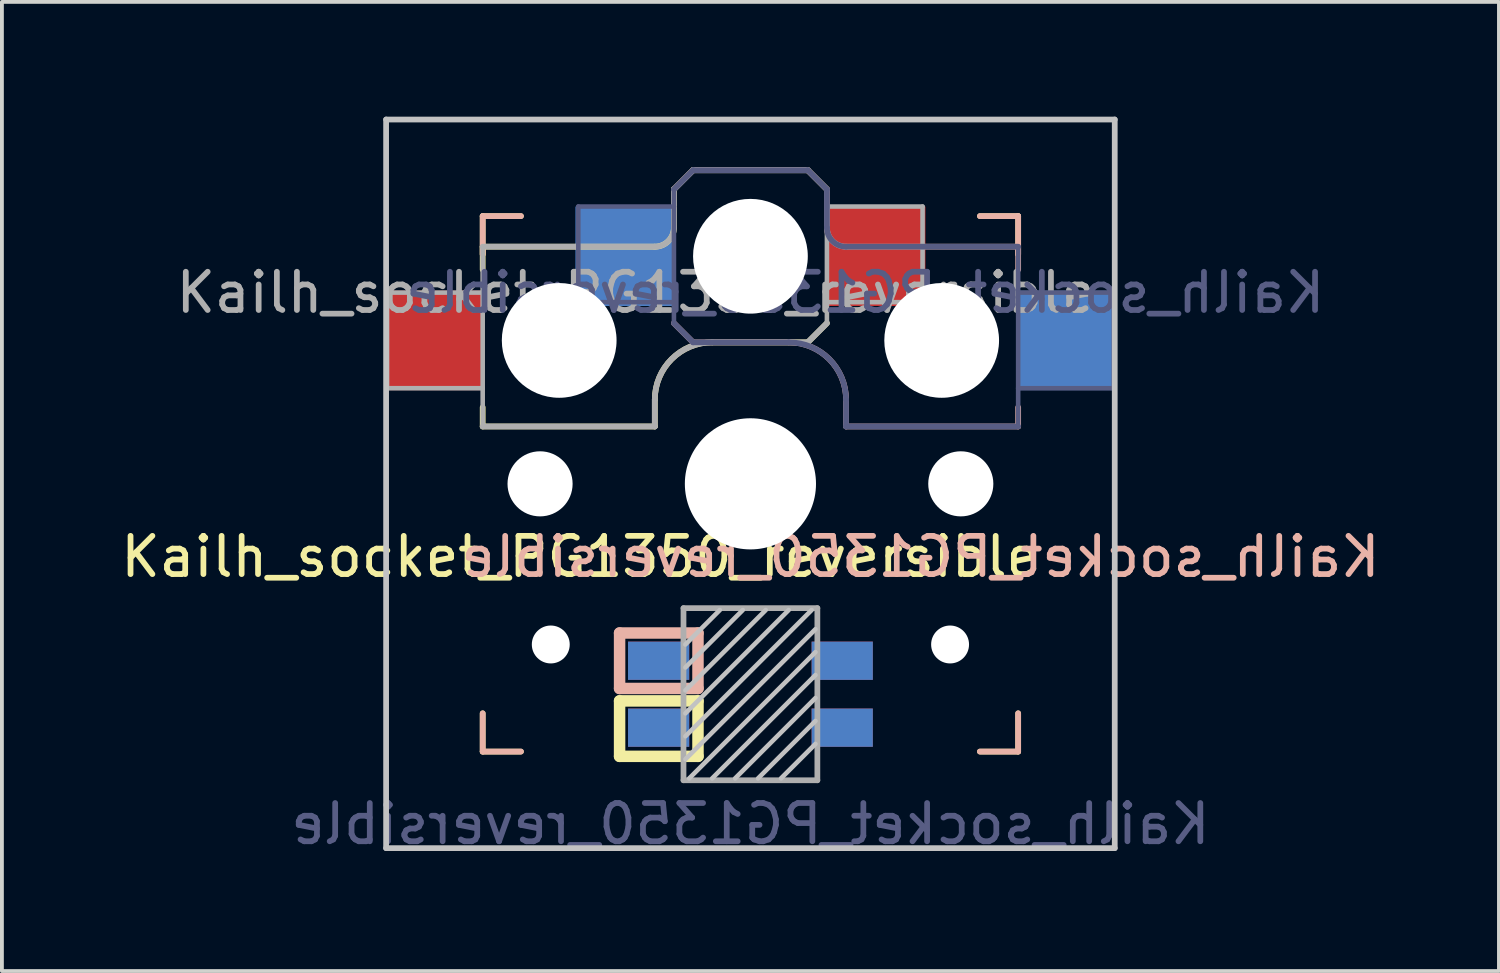
<source format=kicad_pcb>
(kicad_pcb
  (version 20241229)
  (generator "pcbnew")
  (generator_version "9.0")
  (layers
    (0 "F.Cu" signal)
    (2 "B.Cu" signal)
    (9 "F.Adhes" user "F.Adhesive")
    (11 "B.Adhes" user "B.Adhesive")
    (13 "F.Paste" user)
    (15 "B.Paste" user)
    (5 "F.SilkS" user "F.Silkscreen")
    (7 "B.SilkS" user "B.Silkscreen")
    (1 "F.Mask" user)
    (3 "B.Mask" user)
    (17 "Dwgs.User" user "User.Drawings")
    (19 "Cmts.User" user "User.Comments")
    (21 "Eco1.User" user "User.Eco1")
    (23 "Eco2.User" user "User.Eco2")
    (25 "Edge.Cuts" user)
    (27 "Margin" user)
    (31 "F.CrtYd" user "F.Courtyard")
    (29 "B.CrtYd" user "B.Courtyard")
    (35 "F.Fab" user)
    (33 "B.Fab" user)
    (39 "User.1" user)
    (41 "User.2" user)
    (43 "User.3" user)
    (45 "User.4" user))
  (footprint "Kailh_socket_PG1350_reversible"
    (layer "F.Cu")
    (at 16.57 9.6)
    (property "Reference" "Kailh_socket_PG1350_reversible" (at 4.445 1.905 0) (layer "B.SilkS") (effects (font (size 1 1) (thickness 0.15)) (justify mirror)))
    (property "Value" "Kailh_socket_PG1350_reversible" (at 0 8.89 0) (layer "F.Fab") (hide yes) (effects (font (size 1 1) (thickness 0.15))))
    (attr smd)
    (fp_line (start -7 -7) (end -7 -6) (stroke (width 0.15) (type solid)) (layer "F.SilkS"))
    (fp_line (start -7 -6.2) (end -2.5 -6.2) (stroke (width 0.15) (type solid)) (layer "F.SilkS"))
    (fp_line (start -7 -5.6) (end -7 -6.2) (stroke (width 0.15) (type solid)) (layer "F.SilkS"))
    (fp_line (start -7 -1.5) (end -7 -2) (stroke (width 0.15) (type solid)) (layer "F.SilkS"))
    (fp_line (start -7 6) (end -7 7) (stroke (width 0.15) (type solid)) (layer "F.SilkS"))
    (fp_line (start -7 7) (end -6 7) (stroke (width 0.15) (type solid)) (layer "F.SilkS"))
    (fp_line (start -6 -7) (end -7 -7) (stroke (width 0.15) (type solid)) (layer "F.SilkS"))
    (fp_line (start -3.421 5.675) (end -1.371 5.675) (stroke (width 0.3) (type solid)) (layer "F.SilkS"))
    (fp_line (start -3.421 7.125) (end -3.421 5.675) (stroke (width 0.3) (type solid)) (layer "F.SilkS"))
    (fp_line (start -2.5 -2.2) (end -2.5 -1.5) (stroke (width 0.15) (type solid)) (layer "F.SilkS"))
    (fp_line (start -2.5 -1.5) (end -7 -1.5) (stroke (width 0.15) (type solid)) (layer "F.SilkS"))
    (fp_line (start -2 -6.7) (end -2 -7.7) (stroke (width 0.15) (type solid)) (layer "F.SilkS"))
    (fp_line (start -1.5 -8.2) (end -2 -7.7) (stroke (width 0.15) (type solid)) (layer "F.SilkS"))
    (fp_line (start -1.371 5.675) (end -1.371 7.125) (stroke (width 0.3) (type solid)) (layer "F.SilkS"))
    (fp_line (start -1.371 7.125) (end -3.421 7.125) (stroke (width 0.3) (type solid)) (layer "F.SilkS"))
    (fp_line (start 1.5 -8.2) (end -1.5 -8.2) (stroke (width 0.15) (type solid)) (layer "F.SilkS"))
    (fp_line (start 1.5 -3.7) (end -1 -3.7) (stroke (width 0.15) (type solid)) (layer "F.SilkS"))
    (fp_line (start 2 -7.7) (end 1.5 -8.2) (stroke (width 0.15) (type solid)) (layer "F.SilkS"))
    (fp_line (start 2 -4.2) (end 1.5 -3.7) (stroke (width 0.15) (type solid)) (layer "F.SilkS"))
    (fp_line (start 6 7) (end 7 7) (stroke (width 0.15) (type solid)) (layer "F.SilkS"))
    (fp_line (start 7 -7) (end 6 -7) (stroke (width 0.15) (type solid)) (layer "F.SilkS"))
    (fp_line (start 7 -6) (end 7 -7) (stroke (width 0.15) (type solid)) (layer "F.SilkS"))
    (fp_line (start 7 7) (end 7 6) (stroke (width 0.15) (type solid)) (layer "F.SilkS"))
    (fp_arc (start -2.5 -2.2) (mid -2.06066 -3.26066) (end -1 -3.7) (stroke (width 0.15) (type solid)) (layer "F.SilkS"))
    (fp_arc (start -2 -6.7) (mid -2.146447 -6.346447) (end -2.5 -6.2) (stroke (width 0.15) (type solid)) (layer "F.SilkS"))
    (fp_line (start -7 -7) (end -7 -6) (stroke (width 0.15) (type solid)) (layer "B.SilkS"))
    (fp_line (start -7 6) (end -7 7) (stroke (width 0.15) (type solid)) (layer "B.SilkS"))
    (fp_line (start -7 7) (end -6 7) (stroke (width 0.15) (type solid)) (layer "B.SilkS"))
    (fp_line (start -6 -7) (end -7 -7) (stroke (width 0.15) (type solid)) (layer "B.SilkS"))
    (fp_line (start -3.421 3.9) (end -1.371 3.9) (stroke (width 0.3) (type solid)) (layer "B.SilkS"))
    (fp_line (start -3.421 5.35) (end -3.421 3.9) (stroke (width 0.3) (type solid)) (layer "B.SilkS"))
    (fp_line (start -2 -7.7) (end -1.5 -8.2) (stroke (width 0.15) (type solid)) (layer "B.SilkS"))
    (fp_line (start -2 -4.2) (end -1.5 -3.7) (stroke (width 0.15) (type solid)) (layer "B.SilkS"))
    (fp_line (start -1.5 -8.2) (end 1.5 -8.2) (stroke (width 0.15) (type solid)) (layer "B.SilkS"))
    (fp_line (start -1.5 -3.7) (end 1 -3.7) (stroke (width 0.15) (type solid)) (layer "B.SilkS"))
    (fp_line (start -1.371 3.9) (end -1.371 5.35) (stroke (width 0.3) (type solid)) (layer "B.SilkS"))
    (fp_line (start -1.371 5.35) (end -3.421 5.35) (stroke (width 0.3) (type solid)) (layer "B.SilkS"))
    (fp_line (start 1.5 -8.2) (end 2 -7.7) (stroke (width 0.15) (type solid)) (layer "B.SilkS"))
    (fp_line (start 2 -6.7) (end 2 -7.7) (stroke (width 0.15) (type solid)) (layer "B.SilkS"))
    (fp_line (start 2.5 -2.2) (end 2.5 -1.5) (stroke (width 0.15) (type solid)) (layer "B.SilkS"))
    (fp_line (start 2.5 -1.5) (end 7 -1.5) (stroke (width 0.15) (type solid)) (layer "B.SilkS"))
    (fp_line (start 6 7) (end 7 7) (stroke (width 0.15) (type solid)) (layer "B.SilkS"))
    (fp_line (start 7 -7) (end 6 -7) (stroke (width 0.15) (type solid)) (layer "B.SilkS"))
    (fp_line (start 7 -6.2) (end 2.5 -6.2) (stroke (width 0.15) (type solid)) (layer "B.SilkS"))
    (fp_line (start 7 -6) (end 7 -7) (stroke (width 0.15) (type solid)) (layer "B.SilkS"))
    (fp_line (start 7 -5.6) (end 7 -6.2) (stroke (width 0.15) (type solid)) (layer "B.SilkS"))
    (fp_line (start 7 -1.5) (end 7 -2) (stroke (width 0.15) (type solid)) (layer "B.SilkS"))
    (fp_line (start 7 7) (end 7 6) (stroke (width 0.15) (type solid)) (layer "B.SilkS"))
    (fp_arc (start 1 -3.7) (mid 2.06066 -3.26066) (end 2.5 -2.2) (stroke (width 0.15) (type solid)) (layer "B.SilkS"))
    (fp_arc (start 2.5 -6.2) (mid 2.146447 -6.346447) (end 2 -6.7) (stroke (width 0.15) (type solid)) (layer "B.SilkS"))
    (fp_line (start -9.525 -9.525) (end 9.525 -9.525) (stroke (width 0.15) (type solid)) (layer "Dwgs.User"))
    (fp_line (start -9.525 9.525) (end -9.525 -9.525) (stroke (width 0.15) (type solid)) (layer "Dwgs.User"))
    (fp_line (start -0.8 3.3) (end -1.7 4.2) (stroke (width 0.12) (type solid)) (layer "Dwgs.User"))
    (fp_line (start -0.2 3.3) (end -1.7 4.8) (stroke (width 0.12) (type solid)) (layer "Dwgs.User"))
    (fp_line (start 0.4 3.3) (end -1.7 5.4) (stroke (width 0.12) (type solid)) (layer "Dwgs.User"))
    (fp_line (start 1 3.3) (end -1.7 6) (stroke (width 0.12) (type solid)) (layer "Dwgs.User"))
    (fp_line (start 1.6 3.3) (end -1.7 6.6) (stroke (width 0.12) (type solid)) (layer "Dwgs.User"))
    (fp_line (start 1.7 3.8) (end -1.7 7.2) (stroke (width 0.12) (type solid)) (layer "Dwgs.User"))
    (fp_line (start 1.7 4.4) (end -1.6 7.7) (stroke (width 0.12) (type solid)) (layer "Dwgs.User"))
    (fp_line (start 1.7 5) (end -1 7.7) (stroke (width 0.12) (type solid)) (layer "Dwgs.User"))
    (fp_line (start 1.7 5.6) (end -0.4 7.7) (stroke (width 0.12) (type solid)) (layer "Dwgs.User"))
    (fp_line (start 1.7 6.2) (end 0.2 7.7) (stroke (width 0.12) (type solid)) (layer "Dwgs.User"))
    (fp_line (start 1.7 6.8) (end 0.8 7.7) (stroke (width 0.12) (type solid)) (layer "Dwgs.User"))
    (fp_line (start 9.525 -9.525) (end 9.525 9.525) (stroke (width 0.15) (type solid)) (layer "Dwgs.User"))
    (fp_line (start 9.525 9.525) (end -9.525 9.525) (stroke (width 0.15) (type solid)) (layer "Dwgs.User"))
    (fp_line (start -6.9 -6.9) (end -6.9 6.9) (stroke (width 0.15) (type solid)) (layer "Eco2.User"))
    (fp_line (start -6.9 -6.9) (end 6.9 -6.9) (stroke (width 0.15) (type solid)) (layer "Eco2.User"))
    (fp_line (start 6.9 6.9) (end -6.9 6.9) (stroke (width 0.15) (type solid)) (layer "Eco2.User"))
    (fp_line (start 6.9 6.9) (end 6.9 -6.9) (stroke (width 0.15) (type solid)) (layer "Eco2.User"))
    (fp_line (start -4.5 -7.25) (end -2 -7.25) (stroke (width 0.12) (type solid)) (layer "B.Fab"))
    (fp_line (start -4.5 -4.75) (end -4.5 -7.25) (stroke (width 0.12) (type solid)) (layer "B.Fab"))
    (fp_line (start -2 -7.7) (end -1.5 -8.2) (stroke (width 0.15) (type solid)) (layer "B.Fab"))
    (fp_line (start -2 -4.75) (end -4.5 -4.75) (stroke (width 0.12) (type solid)) (layer "B.Fab"))
    (fp_line (start -2 -4.25) (end -2 -7.7) (stroke (width 0.12) (type solid)) (layer "B.Fab"))
    (fp_line (start -2 -4.2) (end -1.5 -3.7) (stroke (width 0.15) (type solid)) (layer "B.Fab"))
    (fp_line (start -1.5 -8.2) (end 1.5 -8.2) (stroke (width 0.15) (type solid)) (layer "B.Fab"))
    (fp_line (start -1.5 -3.7) (end 1 -3.7) (stroke (width 0.15) (type solid)) (layer "B.Fab"))
    (fp_line (start 1.5 -8.2) (end 2 -7.7) (stroke (width 0.15) (type solid)) (layer "B.Fab"))
    (fp_line (start 2 -6.7) (end 2 -7.7) (stroke (width 0.15) (type solid)) (layer "B.Fab"))
    (fp_line (start 2.5 -2.2) (end 2.5 -1.5) (stroke (width 0.15) (type solid)) (layer "B.Fab"))
    (fp_line (start 2.5 -1.5) (end 7 -1.5) (stroke (width 0.15) (type solid)) (layer "B.Fab"))
    (fp_line (start 7 -6.2) (end 2.5 -6.2) (stroke (width 0.15) (type solid)) (layer "B.Fab"))
    (fp_line (start 7 -5) (end 9.5 -5) (stroke (width 0.12) (type solid)) (layer "B.Fab"))
    (fp_line (start 7 -1.5) (end 7 -6.2) (stroke (width 0.12) (type solid)) (layer "B.Fab"))
    (fp_line (start 9.5 -5) (end 9.5 -2.5) (stroke (width 0.12) (type solid)) (layer "B.Fab"))
    (fp_line (start 9.5 -2.5) (end 7 -2.5) (stroke (width 0.12) (type solid)) (layer "B.Fab"))
    (fp_arc (start 1 -3.7) (mid 2.06066 -3.26066) (end 2.5 -2.2) (stroke (width 0.15) (type solid)) (layer "B.Fab"))
    (fp_arc (start 2.5 -6.2) (mid 2.146447 -6.346447) (end 2 -6.7) (stroke (width 0.15) (type solid)) (layer "B.Fab"))
    (fp_line (start -9.5 -5) (end -9.5 -2.5) (stroke (width 0.12) (type solid)) (layer "F.Fab"))
    (fp_line (start -9.5 -2.5) (end -7 -2.5) (stroke (width 0.12) (type solid)) (layer "F.Fab"))
    (fp_line (start -7 -6.2) (end -2.5 -6.2) (stroke (width 0.15) (type solid)) (layer "F.Fab"))
    (fp_line (start -7 -5) (end -9.5 -5) (stroke (width 0.12) (type solid)) (layer "F.Fab"))
    (fp_line (start -7 -1.5) (end -7 -6.2) (stroke (width 0.12) (type solid)) (layer "F.Fab"))
    (fp_line (start -2.5 -2.2) (end -2.5 -1.5) (stroke (width 0.15) (type solid)) (layer "F.Fab"))
    (fp_line (start -2.5 -1.5) (end -7 -1.5) (stroke (width 0.15) (type solid)) (layer "F.Fab"))
    (fp_line (start -2 -6.7) (end -2 -7.7) (stroke (width 0.15) (type solid)) (layer "F.Fab"))
    (fp_line (start -1.75 3.25) (end -1.75 7.75) (stroke (width 0.15) (type solid)) (layer "F.Fab"))
    (fp_line (start -1.75 3.25) (end 1.75 3.25) (stroke (width 0.15) (type solid)) (layer "F.Fab"))
    (fp_line (start -1.5 -8.2) (end -2 -7.7) (stroke (width 0.15) (type solid)) (layer "F.Fab"))
    (fp_line (start 1.5 -8.2) (end -1.5 -8.2) (stroke (width 0.15) (type solid)) (layer "F.Fab"))
    (fp_line (start 1.5 -3.7) (end -1 -3.7) (stroke (width 0.15) (type solid)) (layer "F.Fab"))
    (fp_line (start 1.75 3.25) (end 1.75 7.75) (stroke (width 0.15) (type solid)) (layer "F.Fab"))
    (fp_line (start 1.75 7.75) (end -1.75 7.75) (stroke (width 0.15) (type solid)) (layer "F.Fab"))
    (fp_line (start 2 -7.7) (end 1.5 -8.2) (stroke (width 0.15) (type solid)) (layer "F.Fab"))
    (fp_line (start 2 -4.75) (end 4.5 -4.75) (stroke (width 0.12) (type solid)) (layer "F.Fab"))
    (fp_line (start 2 -4.25) (end 2 -7.7) (stroke (width 0.12) (type solid)) (layer "F.Fab"))
    (fp_line (start 2 -4.2) (end 1.5 -3.7) (stroke (width 0.15) (type solid)) (layer "F.Fab"))
    (fp_line (start 4.5 -7.25) (end 2 -7.25) (stroke (width 0.12) (type solid)) (layer "F.Fab"))
    (fp_line (start 4.5 -4.75) (end 4.5 -7.25) (stroke (width 0.12) (type solid)) (layer "F.Fab"))
    (fp_arc (start -2.5 -2.2) (mid -2.06066 -3.26066) (end -1 -3.7) (stroke (width 0.15) (type solid)) (layer "F.Fab"))
    (fp_arc (start -2 -6.7) (mid -2.146447 -6.346447) (end -2.5 -6.2) (stroke (width 0.15) (type solid)) (layer "F.Fab"))
    (fp_text user "${REFERENCE}" (at -4.445 1.905 0) (layer "F.SilkS") (effects (font (size 1 1) (thickness 0.15))))
    (fp_text user "${REFERENCE}" (at 3 -5 180) (layer "B.Fab") (effects (font (size 1 1) (thickness 0.15)) (justify mirror)))
    (fp_text user "${VALUE}" (at 0 8.89 0) (layer "B.Fab") (effects (font (size 1 1) (thickness 0.15)) (justify mirror)))
    (fp_text user "${REFERENCE}" (at -3 -5 0) (layer "F.Fab") (effects (font (size 1 1) (thickness 0.15))))
    (pad "" np_thru_hole circle (at -5.5 0) (size 1.702 1.702) (drill 1.702) (layers "*.Cu" "*.Mask"))
    (pad "" np_thru_hole circle (at -5.22 4.2) (size 0.991 0.991) (drill 0.991) (layers "*.Cu" "*.Mask"))
    (pad "" np_thru_hole circle (at -5 -3.75) (size 3 3) (drill 3) (layers "*.Cu" "*.Mask"))
    (pad "" np_thru_hole circle (at 0 -5.95) (size 3 3) (drill 3) (layers "*.Cu" "*.Mask"))
    (pad "" np_thru_hole circle (at 0 0) (size 3.429 3.429) (drill 3.429) (layers "*.Cu" "*.Mask"))
    (pad "" np_thru_hole circle (at 5 -3.75) (size 3 3) (drill 3) (layers "*.Cu" "*.Mask"))
    (pad "" np_thru_hole circle (at 5.22 4.2) (size 0.991 0.991) (drill 0.991) (layers "*.Cu" "*.Mask"))
    (pad "" np_thru_hole circle (at 5.5 0) (size 1.702 1.702) (drill 1.702) (layers "*.Cu" "*.Mask"))
    (pad "1" smd rect (at -3.275 -5.95) (size 2.6 2.6) (layers "B.Cu" "B.Mask" "B.Paste"))
    (pad "1" smd rect (at -2.4 4.625) (size 1.6 1) (layers "B.Cu" "B.Mask" "B.Paste"))
    (pad "1" smd rect (at -2.4 6.375) (size 1.6 1) (layers "F.Cu" "F.Mask" "F.Paste"))
    (pad "1" smd rect (at 3.275 -5.95) (size 2.6 2.6) (layers "F.Cu" "F.Mask" "F.Paste"))
    (pad "2" smd rect (at -8.275 -3.75) (size 2.6 2.6) (layers "F.Cu" "F.Mask" "F.Paste"))
    (pad "2" smd rect (at -2.4 4.625) (size 1.6 1) (layers "F.Cu" "F.Mask" "F.Paste"))
    (pad "2" smd rect (at -2.4 6.375) (size 1.6 1) (layers "B.Cu" "B.Mask" "B.Paste"))
    (pad "2" smd rect (at 8.275 -3.75) (size 2.6 2.6) (layers "B.Cu" "B.Mask" "B.Paste"))
    (pad "3" smd rect (at 2.4 4.625) (size 1.6 1) (layers "F.Cu" "F.Mask" "F.Paste"))
    (pad "3" smd rect (at 2.4 6.375) (size 1.6 1) (layers "B.Cu" "B.Mask" "B.Paste"))
    (pad "4" smd rect (at 2.4 4.625) (size 1.6 1) (layers "B.Cu" "B.Mask" "B.Paste"))
    (pad "4" smd rect (at 2.4 6.375) (size 1.6 1) (layers "F.Cu" "F.Mask" "F.Paste")))
  (gr_rect
    (start -3 -3)
    (end 36.14 22.338)
    (stroke (width 0.1) (type default))
    (fill no)
    (layer "Edge.Cuts")))
</source>
